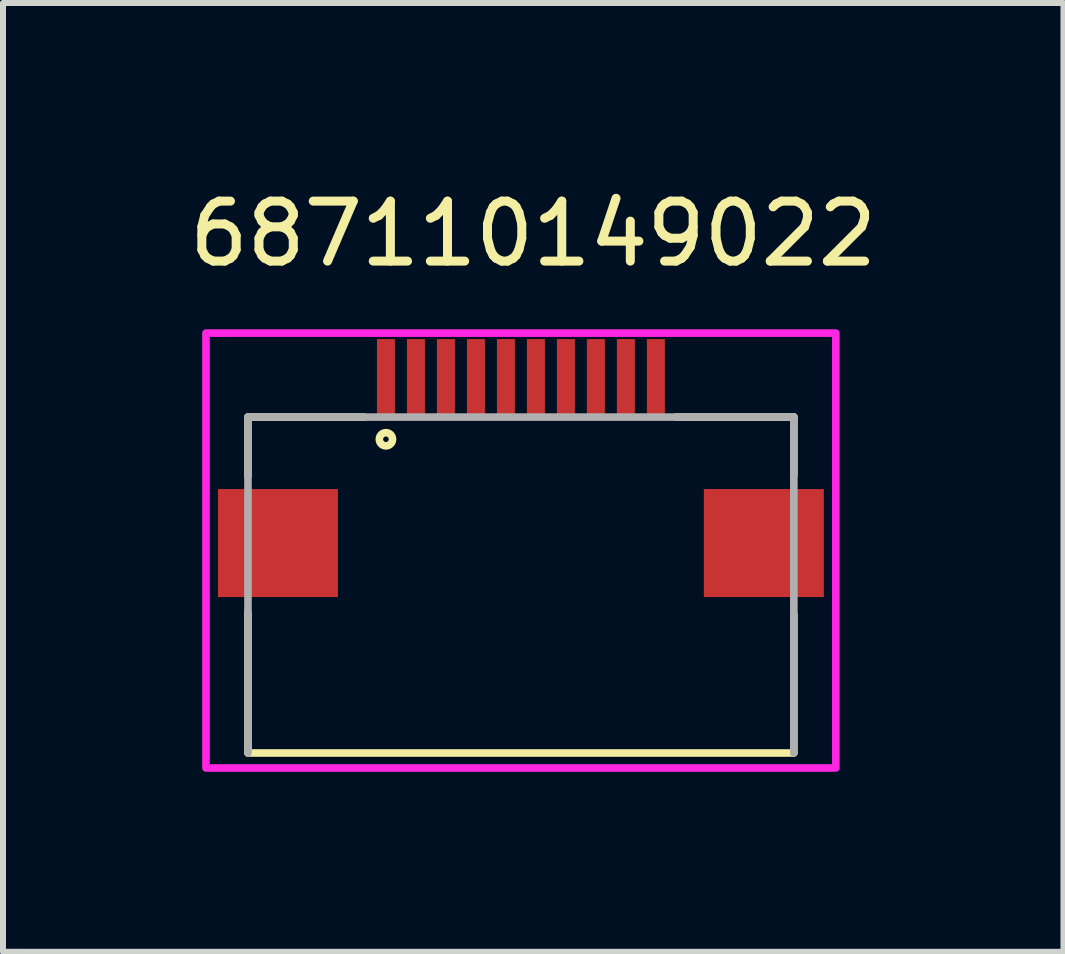
<source format=kicad_pcb>
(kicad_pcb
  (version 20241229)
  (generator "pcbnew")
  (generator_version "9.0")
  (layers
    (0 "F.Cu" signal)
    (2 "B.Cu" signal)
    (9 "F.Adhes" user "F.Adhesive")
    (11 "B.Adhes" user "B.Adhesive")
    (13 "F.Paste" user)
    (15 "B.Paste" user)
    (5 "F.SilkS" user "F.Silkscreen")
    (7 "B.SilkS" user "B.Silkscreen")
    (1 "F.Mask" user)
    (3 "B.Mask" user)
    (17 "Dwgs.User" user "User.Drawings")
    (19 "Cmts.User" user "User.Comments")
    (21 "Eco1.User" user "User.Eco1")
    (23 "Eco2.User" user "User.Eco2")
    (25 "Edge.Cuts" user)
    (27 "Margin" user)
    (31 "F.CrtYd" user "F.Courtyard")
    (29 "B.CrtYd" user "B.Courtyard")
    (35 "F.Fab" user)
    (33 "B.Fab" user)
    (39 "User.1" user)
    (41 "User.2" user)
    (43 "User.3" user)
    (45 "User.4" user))
  (footprint "687110149022"
    (layer "F.Cu")
    (at 5.634 3.253)
    (property "Reference" "687110149022" (at 0.205 -2.405 0) (layer "F.SilkS") (effects (font (size 1 1) (thickness 0.15))))
    (attr smd)
    (fp_line (start -4.55 0.65) (end -4.55 1.63) (stroke (width 0.127) (type solid)) (layer "F.SilkS"))
    (fp_line (start -4.55 3.91) (end -4.55 6.24) (stroke (width 0.127) (type solid)) (layer "F.SilkS"))
    (fp_line (start -2.62 0.65) (end -4.55 0.65) (stroke (width 0.127) (type solid)) (layer "F.SilkS"))
    (fp_line (start 2.59 0.65) (end 4.55 0.65) (stroke (width 0.127) (type solid)) (layer "F.SilkS"))
    (fp_line (start 4.55 0.65) (end 4.55 1.62) (stroke (width 0.127) (type solid)) (layer "F.SilkS"))
    (fp_line (start 4.55 3.94) (end 4.55 6.24) (stroke (width 0.127) (type solid)) (layer "F.SilkS"))
    (fp_line (start 4.55 6.25) (end -4.55 6.25) (stroke (width 0.127) (type solid)) (layer "F.SilkS"))
    (fp_circle (center -2.25 1.02) (end -2.14 1.02) (stroke (width 0.127) (type solid)) (fill no) (layer "F.SilkS"))
    (fp_poly (pts (xy -5.25 -0.75) (xy 5.25 -0.75) (xy 5.25 6.5) (xy -5.25 6.5)) (stroke (width 0.127) (type solid)) (fill no) (layer "F.CrtYd"))
    (fp_line (start -4.55 0.65) (end 4.55 0.65) (stroke (width 0.127) (type solid)) (layer "F.Fab"))
    (fp_line (start -4.55 6.25) (end -4.55 0.65) (stroke (width 0.127) (type solid)) (layer "F.Fab"))
    (fp_line (start 4.55 0.65) (end 4.55 6.25) (stroke (width 0.127) (type solid)) (layer "F.Fab"))
    (pad "1" smd rect (at -2.25 0) (size 0.3 1.3) (layers "F.Cu" "F.Mask" "F.Paste"))
    (pad "2" smd rect (at -1.75 0) (size 0.3 1.3) (layers "F.Cu" "F.Mask" "F.Paste"))
    (pad "3" smd rect (at -1.25 0) (size 0.3 1.3) (layers "F.Cu" "F.Mask" "F.Paste"))
    (pad "4" smd rect (at -0.75 0) (size 0.3 1.3) (layers "F.Cu" "F.Mask" "F.Paste"))
    (pad "5" smd rect (at -0.25 0) (size 0.3 1.3) (layers "F.Cu" "F.Mask" "F.Paste"))
    (pad "6" smd rect (at 0.25 0) (size 0.3 1.3) (layers "F.Cu" "F.Mask" "F.Paste"))
    (pad "7" smd rect (at 0.75 0) (size 0.3 1.3) (layers "F.Cu" "F.Mask" "F.Paste"))
    (pad "8" smd rect (at 1.25 0) (size 0.3 1.3) (layers "F.Cu" "F.Mask" "F.Paste"))
    (pad "9" smd rect (at 1.75 0) (size 0.3 1.3) (layers "F.Cu" "F.Mask" "F.Paste"))
    (pad "10" smd rect (at 2.25 0) (size 0.3 1.3) (layers "F.Cu" "F.Mask" "F.Paste"))
    (pad "Z1" smd rect (at -4.05 2.75) (size 2 1.8) (layers "F.Cu" "F.Mask" "F.Paste"))
    (pad "Z2" smd rect (at 4.05 2.75) (size 2 1.8) (layers "F.Cu" "F.Mask" "F.Paste")))
  (gr_rect
    (start -3 -3)
    (end 14.679 12.817)
    (stroke (width 0.1) (type default))
    (fill no)
    (layer "Edge.Cuts")))
</source>
